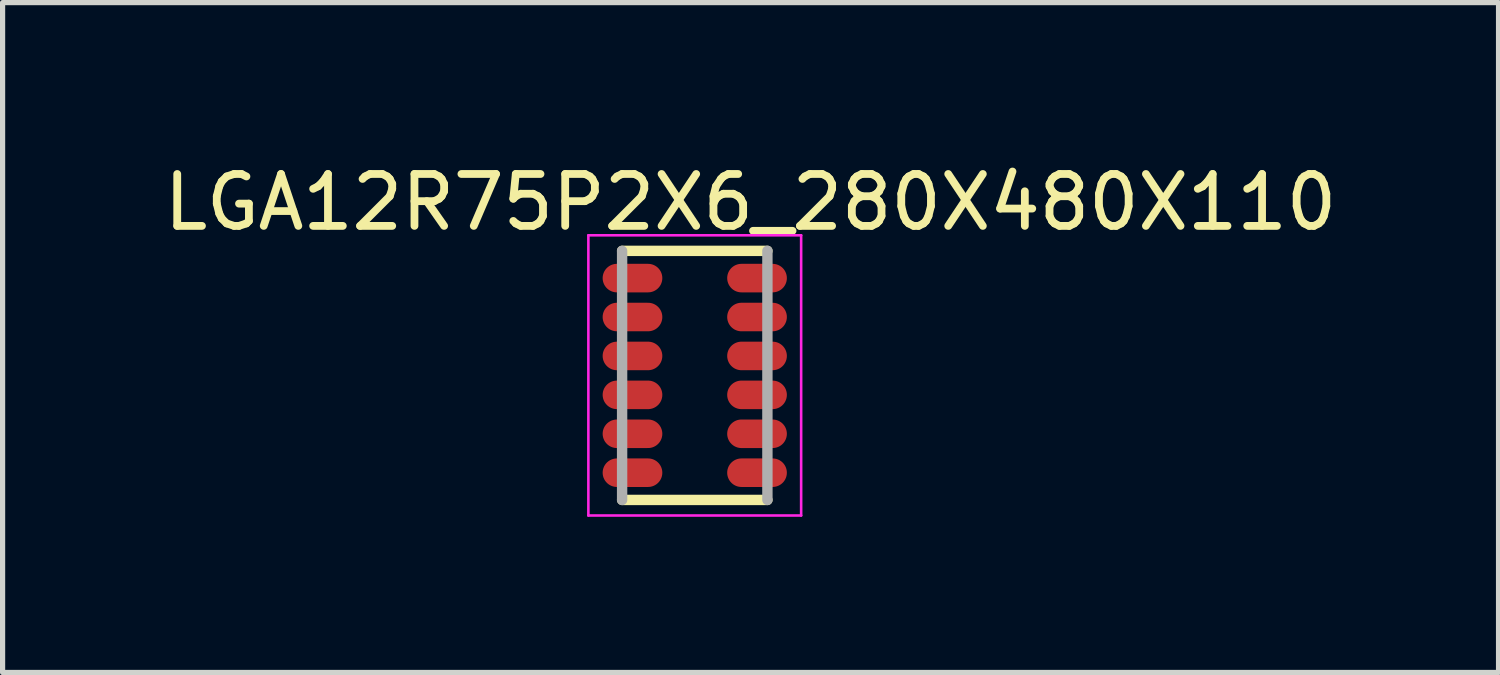
<source format=kicad_pcb>
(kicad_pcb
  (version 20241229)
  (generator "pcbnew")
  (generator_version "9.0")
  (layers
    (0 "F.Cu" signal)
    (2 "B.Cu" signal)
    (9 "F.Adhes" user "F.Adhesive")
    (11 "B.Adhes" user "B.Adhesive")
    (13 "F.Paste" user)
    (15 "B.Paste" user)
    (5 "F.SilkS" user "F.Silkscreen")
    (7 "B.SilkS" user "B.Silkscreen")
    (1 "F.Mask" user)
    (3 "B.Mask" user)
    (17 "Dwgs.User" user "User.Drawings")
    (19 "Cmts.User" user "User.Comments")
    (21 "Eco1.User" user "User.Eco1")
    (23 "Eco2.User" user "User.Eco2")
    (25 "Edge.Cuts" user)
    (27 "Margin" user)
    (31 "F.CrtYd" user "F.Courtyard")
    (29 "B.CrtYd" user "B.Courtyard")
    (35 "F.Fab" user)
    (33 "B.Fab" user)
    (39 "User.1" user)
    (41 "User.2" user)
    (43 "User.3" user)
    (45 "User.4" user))
  (footprint "LGA12R75P2X6_280X480X110"
    (layer "F.Cu")
    (at 10.338 4.184)
    (property "Reference" "LGA12R75P2X6_280X480X110" (at 1.075 -3.336 0) (layer "F.SilkS") (effects (font (size 1 1) (thickness 0.15))))
    (attr through_hole)
    (fp_line (start -1.4 -2.4) (end 1.4 -2.4) (stroke (width 0.2) (type solid)) (layer "F.SilkS"))
    (fp_line (start 1.4 2.4) (end -1.4 2.4) (stroke (width 0.2) (type solid)) (layer "F.SilkS"))
    (fp_line (start -2.05 -2.7) (end 2.05 -2.7) (stroke (width 0.05) (type solid)) (layer "F.CrtYd"))
    (fp_line (start -2.05 2.7) (end -2.05 -2.7) (stroke (width 0.05) (type solid)) (layer "F.CrtYd"))
    (fp_line (start 2.05 -2.7) (end 2.05 2.7) (stroke (width 0.05) (type solid)) (layer "F.CrtYd"))
    (fp_line (start 2.05 2.7) (end -2.05 2.7) (stroke (width 0.05) (type solid)) (layer "F.CrtYd"))
    (fp_line (start -1.4 2.4) (end -1.4 -2.4) (stroke (width 0.2) (type solid)) (layer "F.Fab"))
    (fp_line (start 1.4 -2.4) (end 1.4 2.4) (stroke (width 0.2) (type solid)) (layer "F.Fab"))
    (pad "1" smd oval (at -1.2 -1.875) (size 1.15 0.55) (layers "F.Cu" "F.Mask" "F.Paste"))
    (pad "2" smd oval (at -1.2 -1.125) (size 1.15 0.55) (layers "F.Cu" "F.Mask" "F.Paste"))
    (pad "3" smd oval (at -1.2 -0.375) (size 1.15 0.55) (layers "F.Cu" "F.Mask" "F.Paste"))
    (pad "4" smd oval (at -1.2 0.375) (size 1.15 0.55) (layers "F.Cu" "F.Mask" "F.Paste"))
    (pad "5" smd oval (at -1.2 1.125) (size 1.15 0.55) (layers "F.Cu" "F.Mask" "F.Paste"))
    (pad "6" smd oval (at -1.2 1.875) (size 1.15 0.55) (layers "F.Cu" "F.Mask" "F.Paste"))
    (pad "7" smd oval (at 1.2 1.875 180) (size 1.15 0.55) (layers "F.Cu" "F.Mask" "F.Paste"))
    (pad "8" smd oval (at 1.2 1.125 180) (size 1.15 0.55) (layers "F.Cu" "F.Mask" "F.Paste"))
    (pad "9" smd oval (at 1.2 0.375 180) (size 1.15 0.55) (layers "F.Cu" "F.Mask" "F.Paste"))
    (pad "10" smd oval (at 1.2 -0.375 180) (size 1.15 0.55) (layers "F.Cu" "F.Mask" "F.Paste"))
    (pad "11" smd oval (at 1.2 -1.125 180) (size 1.15 0.55) (layers "F.Cu" "F.Mask" "F.Paste"))
    (pad "12" smd oval (at 1.2 -1.875 180) (size 1.15 0.55) (layers "F.Cu" "F.Mask" "F.Paste")))
  (gr_rect
    (start -3 -3)
    (end 25.827 9.909)
    (stroke (width 0.1) (type default))
    (fill no)
    (layer "Edge.Cuts")))
</source>
